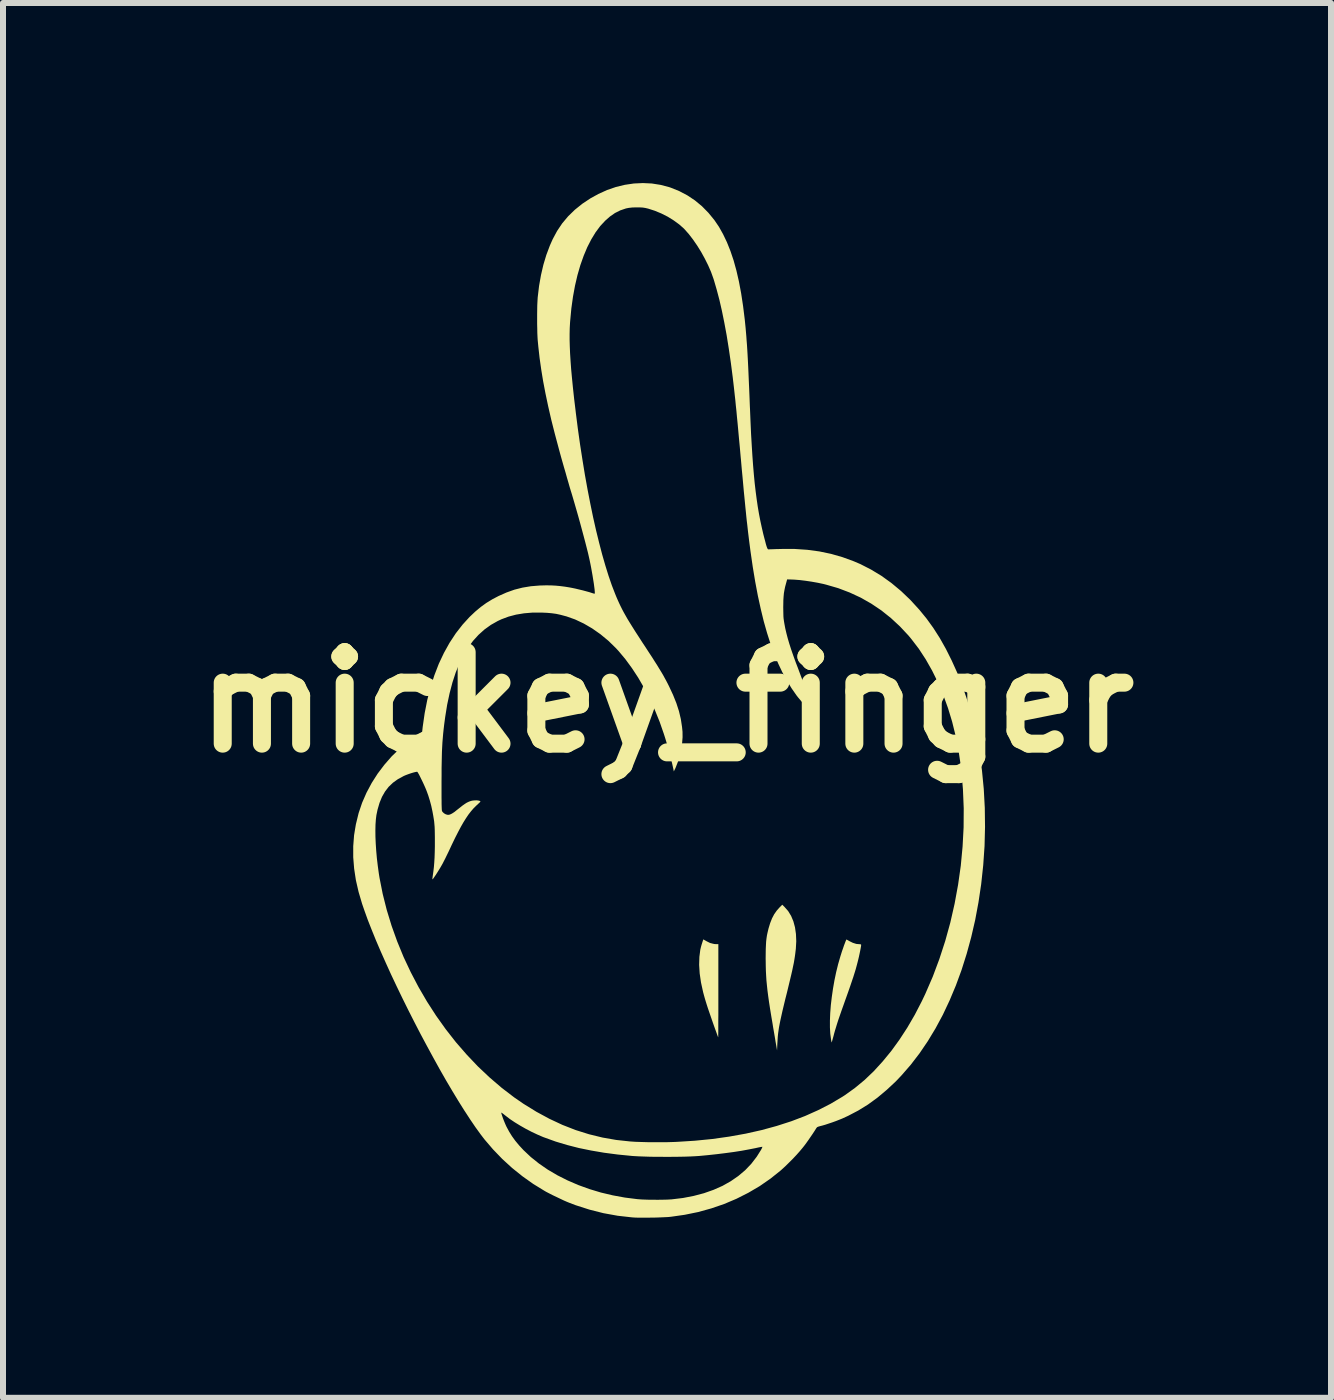
<source format=kicad_pcb>
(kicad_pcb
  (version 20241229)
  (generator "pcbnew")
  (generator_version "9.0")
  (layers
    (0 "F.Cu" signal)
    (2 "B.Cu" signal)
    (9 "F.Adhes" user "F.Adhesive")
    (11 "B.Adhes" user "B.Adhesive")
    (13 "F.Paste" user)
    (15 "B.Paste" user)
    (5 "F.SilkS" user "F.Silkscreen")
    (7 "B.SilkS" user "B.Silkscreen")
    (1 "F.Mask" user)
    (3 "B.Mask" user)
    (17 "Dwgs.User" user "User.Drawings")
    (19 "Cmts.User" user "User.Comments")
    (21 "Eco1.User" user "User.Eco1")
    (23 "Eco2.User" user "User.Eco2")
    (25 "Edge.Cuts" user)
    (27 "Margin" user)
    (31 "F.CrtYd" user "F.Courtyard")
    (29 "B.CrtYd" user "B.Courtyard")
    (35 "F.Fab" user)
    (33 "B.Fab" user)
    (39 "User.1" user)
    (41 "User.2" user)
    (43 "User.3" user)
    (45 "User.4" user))
  (footprint "mickey_finger"
    (layer "F.Cu")
    (at 8.063 8.65)
    (property "Reference" "mickey_finger" (at 0 0 0) (layer "F.SilkS") (effects (font (size 1.524 1.524) (thickness 0.3))))
    (attr board_only exclude_from_pos_files exclude_from_bom)
    (fp_poly (pts (xy 0.613 3.955) (xy 0.63 3.965) (xy 0.653 3.978) (xy 0.654 3.979) (xy 0.718 4.011) (xy 0.781 4.027) (xy 0.817 4.03) (xy 0.855 4.03) (xy 0.855 4.806) (xy 0.855 4.915) (xy 0.855 5.02) (xy 0.855 5.119) (xy 0.855 5.212) (xy 0.854 5.296) (xy 0.854 5.372) (xy 0.854 5.438) (xy 0.854 5.493) (xy 0.853 5.535) (xy 0.853 5.565) (xy 0.852 5.58) (xy 0.852 5.582) (xy 0.849 5.575) (xy 0.841 5.554) (xy 0.83 5.523) (xy 0.815 5.481) (xy 0.797 5.432) (xy 0.777 5.376) (xy 0.765 5.342) (xy 0.733 5.249) (xy 0.705 5.168) (xy 0.681 5.098) (xy 0.661 5.036) (xy 0.644 4.981) (xy 0.629 4.931) (xy 0.616 4.884) (xy 0.603 4.836) (xy 0.601 4.829) (xy 0.566 4.669) (xy 0.544 4.518) (xy 0.535 4.375) (xy 0.539 4.242) (xy 0.554 4.125) (xy 0.559 4.103) (xy 0.566 4.074) (xy 0.575 4.042) (xy 0.585 4.01) (xy 0.594 3.982) (xy 0.601 3.961) (xy 0.605 3.951) (xy 0.606 3.951)) (stroke (width 0) (type solid)) (fill yes) (layer "F.SilkS"))
    (fp_poly (pts (xy 2.996 3.955) (xy 3.013 3.965) (xy 3.036 3.978) (xy 3.037 3.979) (xy 3.096 4.008) (xy 3.153 4.026) (xy 3.196 4.03) (xy 3.217 4.031) (xy 3.231 4.035) (xy 3.233 4.037) (xy 3.234 4.047) (xy 3.231 4.071) (xy 3.225 4.104) (xy 3.217 4.146) (xy 3.207 4.193) (xy 3.196 4.244) (xy 3.184 4.294) (xy 3.175 4.33) (xy 3.16 4.387) (xy 3.144 4.446) (xy 3.125 4.508) (xy 3.104 4.575) (xy 3.079 4.649) (xy 3.051 4.732) (xy 3.018 4.826) (xy 2.98 4.933) (xy 2.978 4.938) (xy 2.941 5.043) (xy 2.908 5.135) (xy 2.88 5.216) (xy 2.855 5.288) (xy 2.834 5.353) (xy 2.816 5.412) (xy 2.799 5.467) (xy 2.784 5.52) (xy 2.775 5.556) (xy 2.764 5.595) (xy 2.755 5.628) (xy 2.748 5.653) (xy 2.744 5.666) (xy 2.744 5.668) (xy 2.741 5.662) (xy 2.737 5.644) (xy 2.732 5.618) (xy 2.732 5.616) (xy 2.72 5.523) (xy 2.714 5.418) (xy 2.714 5.302) (xy 2.719 5.177) (xy 2.729 5.046) (xy 2.745 4.911) (xy 2.765 4.772) (xy 2.789 4.634) (xy 2.818 4.496) (xy 2.851 4.362) (xy 2.888 4.234) (xy 2.916 4.145) (xy 2.933 4.098) (xy 2.948 4.053) (xy 2.963 4.014) (xy 2.975 3.982) (xy 2.984 3.961) (xy 2.988 3.953)) (stroke (width 0) (type solid)) (fill yes) (layer "F.SilkS"))
    (fp_poly (pts (xy 1.958 3.411) (xy 2.018 3.479) (xy 2.067 3.559) (xy 2.105 3.65) (xy 2.132 3.75) (xy 2.148 3.861) (xy 2.153 3.98) (xy 2.146 4.107) (xy 2.142 4.14) (xy 2.136 4.191) (xy 2.129 4.241) (xy 2.121 4.291) (xy 2.112 4.344) (xy 2.1 4.4) (xy 2.087 4.463) (xy 2.071 4.533) (xy 2.052 4.613) (xy 2.03 4.704) (xy 2.005 4.808) (xy 2 4.829) (xy 1.97 4.947) (xy 1.945 5.051) (xy 1.923 5.143) (xy 1.905 5.224) (xy 1.889 5.296) (xy 1.876 5.361) (xy 1.865 5.419) (xy 1.857 5.473) (xy 1.85 5.524) (xy 1.845 5.573) (xy 1.842 5.622) (xy 1.839 5.673) (xy 1.838 5.683) (xy 1.833 5.8) (xy 1.82 5.721) (xy 1.815 5.694) (xy 1.808 5.654) (xy 1.8 5.603) (xy 1.79 5.544) (xy 1.779 5.48) (xy 1.767 5.412) (xy 1.759 5.36) (xy 1.736 5.225) (xy 1.716 5.102) (xy 1.699 4.992) (xy 1.685 4.892) (xy 1.673 4.799) (xy 1.664 4.713) (xy 1.656 4.632) (xy 1.651 4.552) (xy 1.647 4.474) (xy 1.645 4.394) (xy 1.644 4.311) (xy 1.643 4.276) (xy 1.644 4.186) (xy 1.645 4.11) (xy 1.648 4.045) (xy 1.651 3.988) (xy 1.657 3.936) (xy 1.664 3.888) (xy 1.674 3.84) (xy 1.686 3.79) (xy 1.69 3.772) (xy 1.718 3.68) (xy 1.749 3.601) (xy 1.785 3.532) (xy 1.828 3.471) (xy 1.871 3.422) (xy 1.92 3.373)) (stroke (width 0) (type solid)) (fill yes) (layer "F.SilkS"))
    (fp_poly (pts (xy -0.254 -8.643) (xy -0.108 -8.62) (xy 0.034 -8.583) (xy 0.063 -8.573) (xy 0.204 -8.516) (xy 0.339 -8.445) (xy 0.465 -8.361) (xy 0.582 -8.264) (xy 0.69 -8.154) (xy 0.789 -8.033) (xy 0.865 -7.921) (xy 0.934 -7.798) (xy 0.998 -7.664) (xy 1.056 -7.519) (xy 1.109 -7.362) (xy 1.156 -7.192) (xy 1.198 -7.009) (xy 1.235 -6.812) (xy 1.267 -6.601) (xy 1.295 -6.376) (xy 1.302 -6.306) (xy 1.309 -6.237) (xy 1.315 -6.167) (xy 1.321 -6.098) (xy 1.326 -6.026) (xy 1.332 -5.951) (xy 1.337 -5.872) (xy 1.342 -5.787) (xy 1.347 -5.695) (xy 1.352 -5.595) (xy 1.357 -5.485) (xy 1.362 -5.365) (xy 1.368 -5.234) (xy 1.374 -5.089) (xy 1.38 -4.93) (xy 1.382 -4.893) (xy 1.391 -4.676) (xy 1.4 -4.473) (xy 1.411 -4.285) (xy 1.422 -4.109) (xy 1.434 -3.944) (xy 1.447 -3.79) (xy 1.461 -3.645) (xy 1.477 -3.509) (xy 1.494 -3.379) (xy 1.512 -3.256) (xy 1.532 -3.139) (xy 1.554 -3.025) (xy 1.578 -2.914) (xy 1.603 -2.805) (xy 1.619 -2.743) (xy 1.635 -2.683) (xy 1.647 -2.636) (xy 1.657 -2.602) (xy 1.666 -2.577) (xy 1.673 -2.561) (xy 1.679 -2.552) (xy 1.686 -2.548) (xy 1.694 -2.547) (xy 1.695 -2.547) (xy 1.708 -2.548) (xy 1.735 -2.549) (xy 1.772 -2.55) (xy 1.818 -2.552) (xy 1.87 -2.553) (xy 1.912 -2.554) (xy 2.129 -2.554) (xy 2.337 -2.54) (xy 2.538 -2.513) (xy 2.734 -2.472) (xy 2.925 -2.417) (xy 3.111 -2.349) (xy 3.221 -2.302) (xy 3.399 -2.211) (xy 3.571 -2.107) (xy 3.738 -1.987) (xy 3.899 -1.853) (xy 4.054 -1.705) (xy 4.203 -1.542) (xy 4.324 -1.394) (xy 4.436 -1.239) (xy 4.544 -1.07) (xy 4.646 -0.889) (xy 4.742 -0.697) (xy 4.833 -0.496) (xy 4.915 -0.287) (xy 4.99 -0.071) (xy 5.057 0.15) (xy 5.083 0.245) (xy 5.15 0.534) (xy 5.205 0.832) (xy 5.247 1.136) (xy 5.277 1.446) (xy 5.294 1.76) (xy 5.298 2.077) (xy 5.29 2.395) (xy 5.268 2.714) (xy 5.234 3.03) (xy 5.189 3.332) (xy 5.134 3.627) (xy 5.068 3.913) (xy 4.992 4.191) (xy 4.907 4.46) (xy 4.812 4.719) (xy 4.708 4.967) (xy 4.596 5.205) (xy 4.474 5.432) (xy 4.344 5.647) (xy 4.206 5.85) (xy 4.06 6.04) (xy 3.906 6.217) (xy 3.813 6.315) (xy 3.66 6.458) (xy 3.506 6.587) (xy 3.348 6.702) (xy 3.186 6.802) (xy 3.018 6.89) (xy 2.918 6.936) (xy 2.868 6.956) (xy 2.812 6.978) (xy 2.751 7) (xy 2.691 7.02) (xy 2.634 7.039) (xy 2.585 7.053) (xy 2.546 7.063) (xy 2.519 7.071) (xy 2.501 7.079) (xy 2.489 7.093) (xy 2.483 7.102) (xy 2.46 7.139) (xy 2.43 7.185) (xy 2.395 7.236) (xy 2.358 7.29) (xy 2.321 7.342) (xy 2.286 7.389) (xy 2.259 7.423) (xy 2.213 7.478) (xy 2.158 7.54) (xy 2.097 7.605) (xy 2.033 7.669) (xy 1.971 7.73) (xy 1.913 7.783) (xy 1.893 7.801) (xy 1.723 7.937) (xy 1.544 8.061) (xy 1.355 8.172) (xy 1.157 8.272) (xy 0.952 8.359) (xy 0.739 8.432) (xy 0.519 8.493) (xy 0.294 8.539) (xy 0.07 8.571) (xy 0.023 8.576) (xy -0.037 8.579) (xy -0.106 8.582) (xy -0.182 8.585) (xy -0.26 8.586) (xy -0.338 8.587) (xy -0.412 8.587) (xy -0.48 8.587) (xy -0.538 8.585) (xy -0.582 8.582) (xy -0.822 8.555) (xy -1.059 8.512) (xy -1.292 8.453) (xy -1.523 8.379) (xy -1.623 8.341) (xy -1.665 8.324) (xy -1.718 8.301) (xy -1.777 8.273) (xy -1.84 8.243) (xy -1.903 8.213) (xy -1.962 8.183) (xy -2.014 8.156) (xy -2.045 8.138) (xy -2.229 8.025) (xy -2.408 7.898) (xy -2.581 7.759) (xy -2.745 7.609) (xy -2.899 7.449) (xy -3.042 7.282) (xy -3.104 7.201) (xy -3.191 7.081) (xy -3.282 6.947) (xy -3.354 6.836) (xy -2.761 6.836) (xy -2.761 6.845) (xy -2.755 6.867) (xy -2.745 6.897) (xy -2.733 6.932) (xy -2.718 6.971) (xy -2.702 7.01) (xy -2.686 7.047) (xy -2.677 7.067) (xy -2.632 7.151) (xy -2.583 7.23) (xy -2.528 7.306) (xy -2.464 7.383) (xy -2.392 7.461) (xy -2.269 7.577) (xy -2.134 7.685) (xy -1.986 7.787) (xy -1.826 7.881) (xy -1.657 7.966) (xy -1.479 8.043) (xy -1.294 8.11) (xy -1.102 8.168) (xy -0.904 8.215) (xy -0.702 8.252) (xy -0.497 8.278) (xy -0.459 8.281) (xy -0.416 8.284) (xy -0.362 8.286) (xy -0.298 8.288) (xy -0.23 8.288) (xy -0.16 8.289) (xy -0.092 8.288) (xy -0.029 8.287) (xy 0.026 8.285) (xy 0.069 8.282) (xy 0.075 8.282) (xy 0.266 8.259) (xy 0.446 8.224) (xy 0.616 8.179) (xy 0.775 8.123) (xy 0.924 8.057) (xy 1.061 7.98) (xy 1.187 7.893) (xy 1.302 7.796) (xy 1.404 7.689) (xy 1.494 7.572) (xy 1.567 7.456) (xy 1.579 7.432) (xy 1.587 7.414) (xy 1.589 7.406) (xy 1.581 7.407) (xy 1.56 7.41) (xy 1.529 7.416) (xy 1.492 7.424) (xy 1.48 7.427) (xy 1.368 7.449) (xy 1.244 7.472) (xy 1.109 7.493) (xy 0.967 7.512) (xy 0.82 7.53) (xy 0.672 7.546) (xy 0.534 7.559) (xy 0.47 7.563) (xy 0.393 7.567) (xy 0.305 7.57) (xy 0.209 7.572) (xy 0.108 7.573) (xy 0.003 7.574) (xy -0.101 7.573) (xy -0.204 7.573) (xy -0.303 7.571) (xy -0.394 7.568) (xy -0.476 7.565) (xy -0.546 7.561) (xy -0.578 7.559) (xy -0.82 7.535) (xy -1.049 7.505) (xy -1.265 7.468) (xy -1.47 7.426) (xy -1.665 7.376) (xy -1.852 7.32) (xy -2.03 7.256) (xy -2.063 7.244) (xy -2.156 7.204) (xy -2.254 7.158) (xy -2.352 7.107) (xy -2.447 7.053) (xy -2.537 6.998) (xy -2.619 6.943) (xy -2.688 6.89) (xy -2.701 6.88) (xy -2.726 6.86) (xy -2.746 6.845) (xy -2.758 6.837) (xy -2.761 6.836) (xy -3.354 6.836) (xy -3.378 6.8) (xy -3.477 6.642) (xy -3.578 6.475) (xy -3.682 6.299) (xy -3.787 6.115) (xy -3.892 5.925) (xy -3.998 5.73) (xy -4.104 5.532) (xy -4.208 5.331) (xy -4.31 5.13) (xy -4.41 4.928) (xy -4.507 4.727) (xy -4.6 4.53) (xy -4.688 4.336) (xy -4.772 4.147) (xy -4.85 3.965) (xy -4.921 3.79) (xy -4.986 3.625) (xy -5.042 3.469) (xy -5.08 3.359) (xy -5.139 3.159) (xy -5.184 2.963) (xy -5.213 2.771) (xy -5.228 2.583) (xy -5.228 2.398) (xy -5.214 2.215) (xy -5.201 2.136) (xy -4.859 2.136) (xy -4.858 2.242) (xy -4.853 2.356) (xy -4.845 2.476) (xy -4.834 2.6) (xy -4.819 2.725) (xy -4.802 2.85) (xy -4.79 2.925) (xy -4.737 3.193) (xy -4.67 3.459) (xy -4.589 3.724) (xy -4.495 3.986) (xy -4.389 4.244) (xy -4.27 4.497) (xy -4.14 4.745) (xy -3.999 4.987) (xy -3.848 5.221) (xy -3.687 5.447) (xy -3.517 5.664) (xy -3.337 5.871) (xy -3.15 6.068) (xy -2.955 6.252) (xy -2.753 6.425) (xy -2.545 6.584) (xy -2.391 6.69) (xy -2.177 6.822) (xy -1.961 6.939) (xy -1.743 7.041) (xy -1.523 7.127) (xy -1.3 7.197) (xy -1.075 7.252) (xy -0.847 7.292) (xy -0.616 7.317) (xy -0.526 7.323) (xy -0.432 7.326) (xy -0.326 7.329) (xy -0.214 7.33) (xy -0.101 7.33) (xy 0.009 7.329) (xy 0.111 7.326) (xy 0.162 7.324) (xy 0.463 7.305) (xy 0.755 7.276) (xy 1.038 7.236) (xy 1.311 7.187) (xy 1.574 7.128) (xy 1.827 7.059) (xy 2.069 6.981) (xy 2.3 6.893) (xy 2.519 6.795) (xy 2.726 6.689) (xy 2.921 6.573) (xy 2.966 6.544) (xy 3.13 6.426) (xy 3.29 6.294) (xy 3.444 6.147) (xy 3.592 5.985) (xy 3.735 5.811) (xy 3.872 5.622) (xy 4.003 5.421) (xy 4.128 5.206) (xy 4.245 4.98) (xy 4.303 4.858) (xy 4.427 4.572) (xy 4.537 4.278) (xy 4.635 3.977) (xy 4.72 3.669) (xy 4.791 3.357) (xy 4.849 3.041) (xy 4.894 2.723) (xy 4.924 2.404) (xy 4.941 2.085) (xy 4.943 1.767) (xy 4.93 1.451) (xy 4.904 1.139) (xy 4.893 1.049) (xy 4.856 0.801) (xy 4.808 0.559) (xy 4.75 0.324) (xy 4.681 0.097) (xy 4.602 -0.121) (xy 4.514 -0.33) (xy 4.416 -0.528) (xy 4.31 -0.715) (xy 4.195 -0.891) (xy 4.071 -1.053) (xy 4.024 -1.11) (xy 3.881 -1.263) (xy 3.73 -1.403) (xy 3.571 -1.53) (xy 3.403 -1.643) (xy 3.227 -1.743) (xy 3.044 -1.828) (xy 2.852 -1.901) (xy 2.652 -1.959) (xy 2.605 -1.971) (xy 2.51 -1.991) (xy 2.409 -2.009) (xy 2.308 -2.024) (xy 2.211 -2.036) (xy 2.121 -2.043) (xy 2.071 -2.045) (xy 2.001 -2.047) (xy 1.983 -1.981) (xy 1.967 -1.922) (xy 1.956 -1.868) (xy 1.947 -1.816) (xy 1.942 -1.762) (xy 1.938 -1.702) (xy 1.937 -1.632) (xy 1.936 -1.587) (xy 1.937 -1.524) (xy 1.938 -1.474) (xy 1.939 -1.432) (xy 1.942 -1.394) (xy 1.947 -1.359) (xy 1.953 -1.321) (xy 1.955 -1.31) (xy 1.97 -1.23) (xy 1.989 -1.149) (xy 2.011 -1.065) (xy 2.037 -0.976) (xy 2.068 -0.88) (xy 2.104 -0.776) (xy 2.146 -0.66) (xy 2.177 -0.58) (xy 2.218 -0.47) (xy 2.254 -0.374) (xy 2.284 -0.29) (xy 2.31 -0.218) (xy 2.33 -0.157) (xy 2.335 -0.141) (xy 2.346 -0.106) (xy 2.357 -0.065) (xy 2.369 -0.021) (xy 2.381 0.023) (xy 2.391 0.065) (xy 2.4 0.103) (xy 2.406 0.132) (xy 2.409 0.152) (xy 2.409 0.158) (xy 2.402 0.155) (xy 2.386 0.142) (xy 2.364 0.12) (xy 2.336 0.091) (xy 2.305 0.058) (xy 2.272 0.022) (xy 2.239 -0.015) (xy 2.208 -0.052) (xy 2.18 -0.085) (xy 2.159 -0.112) (xy 2.076 -0.231) (xy 1.997 -0.36) (xy 1.922 -0.498) (xy 1.852 -0.646) (xy 1.786 -0.804) (xy 1.724 -0.974) (xy 1.666 -1.156) (xy 1.611 -1.35) (xy 1.561 -1.556) (xy 1.513 -1.776) (xy 1.469 -2.009) (xy 1.428 -2.257) (xy 1.39 -2.52) (xy 1.366 -2.704) (xy 1.358 -2.771) (xy 1.35 -2.835) (xy 1.343 -2.898) (xy 1.336 -2.962) (xy 1.328 -3.027) (xy 1.321 -3.094) (xy 1.314 -3.166) (xy 1.306 -3.243) (xy 1.298 -3.326) (xy 1.289 -3.418) (xy 1.279 -3.518) (xy 1.269 -3.629) (xy 1.258 -3.751) (xy 1.245 -3.886) (xy 1.232 -4.036) (xy 1.227 -4.086) (xy 1.213 -4.246) (xy 1.199 -4.392) (xy 1.187 -4.524) (xy 1.176 -4.644) (xy 1.165 -4.754) (xy 1.156 -4.854) (xy 1.146 -4.946) (xy 1.138 -5.031) (xy 1.129 -5.11) (xy 1.121 -5.184) (xy 1.113 -5.256) (xy 1.105 -5.325) (xy 1.097 -5.393) (xy 1.097 -5.396) (xy 1.064 -5.651) (xy 1.029 -5.891) (xy 0.993 -6.116) (xy 0.954 -6.326) (xy 0.914 -6.523) (xy 0.872 -6.706) (xy 0.827 -6.876) (xy 0.781 -7.034) (xy 0.771 -7.064) (xy 0.733 -7.17) (xy 0.685 -7.28) (xy 0.629 -7.392) (xy 0.568 -7.503) (xy 0.502 -7.609) (xy 0.433 -7.709) (xy 0.363 -7.8) (xy 0.294 -7.878) (xy 0.282 -7.891) (xy 0.203 -7.961) (xy 0.111 -8.028) (xy 0.011 -8.09) (xy -0.096 -8.144) (xy -0.205 -8.189) (xy -0.314 -8.224) (xy -0.36 -8.235) (xy -0.404 -8.242) (xy -0.459 -8.245) (xy -0.519 -8.245) (xy -0.579 -8.243) (xy -0.635 -8.237) (xy -0.681 -8.228) (xy -0.685 -8.227) (xy -0.779 -8.195) (xy -0.867 -8.151) (xy -0.952 -8.092) (xy -1.028 -8.025) (xy -1.112 -7.935) (xy -1.19 -7.83) (xy -1.262 -7.712) (xy -1.329 -7.581) (xy -1.389 -7.438) (xy -1.444 -7.283) (xy -1.492 -7.117) (xy -1.533 -6.941) (xy -1.567 -6.756) (xy -1.594 -6.562) (xy -1.613 -6.36) (xy -1.616 -6.323) (xy -1.621 -6.233) (xy -1.623 -6.138) (xy -1.623 -6.036) (xy -1.62 -5.927) (xy -1.615 -5.809) (xy -1.607 -5.682) (xy -1.597 -5.544) (xy -1.583 -5.395) (xy -1.567 -5.234) (xy -1.548 -5.059) (xy -1.525 -4.87) (xy -1.52 -4.826) (xy -1.486 -4.559) (xy -1.449 -4.296) (xy -1.409 -4.039) (xy -1.368 -3.788) (xy -1.324 -3.544) (xy -1.278 -3.308) (xy -1.231 -3.08) (xy -1.182 -2.863) (xy -1.131 -2.656) (xy -1.08 -2.46) (xy -1.027 -2.276) (xy -0.974 -2.106) (xy -0.92 -1.949) (xy -0.865 -1.807) (xy -0.843 -1.753) (xy -0.819 -1.698) (xy -0.796 -1.647) (xy -0.772 -1.597) (xy -0.747 -1.547) (xy -0.72 -1.496) (xy -0.69 -1.443) (xy -0.657 -1.385) (xy -0.619 -1.323) (xy -0.576 -1.254) (xy -0.527 -1.176) (xy -0.471 -1.09) (xy -0.408 -0.992) (xy -0.364 -0.926) (xy -0.303 -0.832) (xy -0.249 -0.75) (xy -0.203 -0.677) (xy -0.162 -0.613) (xy -0.127 -0.555) (xy -0.095 -0.503) (xy -0.066 -0.454) (xy -0.04 -0.406) (xy -0.014 -0.359) (xy 0.011 -0.311) (xy 0.034 -0.265) (xy 0.101 -0.121) (xy 0.156 0.016) (xy 0.199 0.149) (xy 0.23 0.28) (xy 0.25 0.411) (xy 0.258 0.491) (xy 0.259 0.583) (xy 0.251 0.683) (xy 0.235 0.787) (xy 0.212 0.891) (xy 0.182 0.99) (xy 0.147 1.08) (xy 0.14 1.097) (xy 0.113 1.152) (xy 0.104 1.105) (xy 0.084 1.016) (xy 0.059 0.916) (xy 0.031 0.81) (xy 0.001 0.702) (xy -0.031 0.596) (xy -0.053 0.527) (xy -0.123 0.326) (xy -0.202 0.131) (xy -0.288 -0.057) (xy -0.381 -0.238) (xy -0.48 -0.409) (xy -0.585 -0.569) (xy -0.694 -0.718) (xy -0.806 -0.852) (xy -0.852 -0.902) (xy -0.978 -1.025) (xy -1.11 -1.134) (xy -1.247 -1.23) (xy -1.388 -1.312) (xy -1.532 -1.38) (xy -1.679 -1.432) (xy -1.696 -1.436) (xy -1.774 -1.457) (xy -1.847 -1.473) (xy -1.92 -1.483) (xy -1.998 -1.49) (xy -2.087 -1.494) (xy -2.087 -1.494) (xy -2.24 -1.494) (xy -2.382 -1.482) (xy -2.515 -1.46) (xy -2.64 -1.427) (xy -2.758 -1.383) (xy -2.82 -1.354) (xy -2.935 -1.289) (xy -3.042 -1.212) (xy -3.141 -1.123) (xy -3.232 -1.023) (xy -3.315 -0.91) (xy -3.391 -0.784) (xy -3.46 -0.646) (xy -3.521 -0.495) (xy -3.575 -0.33) (xy -3.622 -0.152) (xy -3.663 0.04) (xy -3.696 0.246) (xy -3.713 0.372) (xy -3.722 0.45) (xy -3.73 0.525) (xy -3.736 0.597) (xy -3.742 0.668) (xy -3.746 0.742) (xy -3.75 0.82) (xy -3.752 0.903) (xy -3.754 0.995) (xy -3.756 1.096) (xy -3.756 1.209) (xy -3.757 1.336) (xy -3.757 1.433) (xy -3.757 1.517) (xy -3.757 1.587) (xy -3.756 1.644) (xy -3.756 1.691) (xy -3.755 1.729) (xy -3.754 1.758) (xy -3.753 1.78) (xy -3.752 1.796) (xy -3.75 1.807) (xy -3.747 1.815) (xy -3.744 1.821) (xy -3.741 1.825) (xy -3.741 1.826) (xy -3.716 1.85) (xy -3.684 1.868) (xy -3.651 1.876) (xy -3.646 1.876) (xy -3.618 1.871) (xy -3.584 1.855) (xy -3.542 1.828) (xy -3.505 1.798) (xy -3.45 1.755) (xy -3.406 1.72) (xy -3.369 1.694) (xy -3.338 1.674) (xy -3.309 1.66) (xy -3.282 1.649) (xy -3.254 1.641) (xy -3.244 1.639) (xy -3.209 1.635) (xy -3.172 1.634) (xy -3.139 1.638) (xy -3.115 1.645) (xy -3.112 1.647) (xy -3.109 1.653) (xy -3.117 1.665) (xy -3.136 1.683) (xy -3.182 1.726) (xy -3.226 1.77) (xy -3.268 1.819) (xy -3.309 1.872) (xy -3.35 1.933) (xy -3.392 2) (xy -3.436 2.077) (xy -3.482 2.164) (xy -3.532 2.262) (xy -3.586 2.374) (xy -3.618 2.443) (xy -3.643 2.496) (xy -3.67 2.551) (xy -3.695 2.603) (xy -3.719 2.649) (xy -3.737 2.685) (xy -3.739 2.688) (xy -3.758 2.722) (xy -3.78 2.76) (xy -3.804 2.799) (xy -3.829 2.839) (xy -3.852 2.875) (xy -3.874 2.907) (xy -3.891 2.932) (xy -3.903 2.947) (xy -3.908 2.951) (xy -3.909 2.942) (xy -3.907 2.922) (xy -3.904 2.897) (xy -3.893 2.82) (xy -3.884 2.745) (xy -3.878 2.669) (xy -3.873 2.588) (xy -3.87 2.499) (xy -3.868 2.4) (xy -3.868 2.332) (xy -3.868 2.251) (xy -3.869 2.182) (xy -3.87 2.124) (xy -3.872 2.074) (xy -3.876 2.028) (xy -3.88 1.984) (xy -3.887 1.939) (xy -3.895 1.89) (xy -3.905 1.835) (xy -3.908 1.819) (xy -3.928 1.726) (xy -3.951 1.64) (xy -3.978 1.553) (xy -4 1.492) (xy -4.013 1.458) (xy -4.03 1.418) (xy -4.05 1.373) (xy -4.071 1.328) (xy -4.093 1.283) (xy -4.113 1.242) (xy -4.131 1.206) (xy -4.147 1.179) (xy -4.157 1.163) (xy -4.161 1.159) (xy -4.175 1.159) (xy -4.2 1.164) (xy -4.234 1.173) (xy -4.273 1.185) (xy -4.313 1.199) (xy -4.353 1.214) (xy -4.388 1.229) (xy -4.391 1.231) (xy -4.485 1.282) (xy -4.567 1.341) (xy -4.638 1.409) (xy -4.698 1.487) (xy -4.749 1.576) (xy -4.79 1.676) (xy -4.823 1.789) (xy -4.842 1.88) (xy -4.851 1.953) (xy -4.857 2.038) (xy -4.859 2.136) (xy -5.201 2.136) (xy -5.184 2.034) (xy -5.14 1.854) (xy -5.138 1.846) (xy -5.08 1.674) (xy -5.007 1.507) (xy -4.92 1.344) (xy -4.821 1.189) (xy -4.709 1.041) (xy -4.587 0.901) (xy -4.453 0.772) (xy -4.311 0.654) (xy -4.159 0.548) (xy -4.14 0.535) (xy -4.08 0.498) (xy -4.071 0.413) (xy -4.038 0.183) (xy -3.995 -0.037) (xy -3.941 -0.249) (xy -3.876 -0.45) (xy -3.802 -0.642) (xy -3.717 -0.822) (xy -3.623 -0.991) (xy -3.519 -1.149) (xy -3.406 -1.294) (xy -3.29 -1.421) (xy -3.196 -1.51) (xy -3.104 -1.587) (xy -3.01 -1.655) (xy -2.91 -1.716) (xy -2.807 -1.77) (xy -2.674 -1.829) (xy -2.542 -1.876) (xy -2.408 -1.91) (xy -2.269 -1.933) (xy -2.123 -1.945) (xy -2.015 -1.948) (xy -1.932 -1.947) (xy -1.856 -1.943) (xy -1.782 -1.936) (xy -1.703 -1.926) (xy -1.635 -1.915) (xy -1.586 -1.906) (xy -1.528 -1.894) (xy -1.466 -1.879) (xy -1.403 -1.864) (xy -1.344 -1.848) (xy -1.293 -1.834) (xy -1.256 -1.822) (xy -1.231 -1.814) (xy -1.212 -1.809) (xy -1.205 -1.809) (xy -1.203 -1.82) (xy -1.204 -1.845) (xy -1.207 -1.881) (xy -1.213 -1.927) (xy -1.22 -1.981) (xy -1.23 -2.042) (xy -1.24 -2.106) (xy -1.252 -2.173) (xy -1.264 -2.241) (xy -1.277 -2.307) (xy -1.29 -2.37) (xy -1.3 -2.415) (xy -1.316 -2.485) (xy -1.337 -2.568) (xy -1.361 -2.662) (xy -1.388 -2.764) (xy -1.417 -2.872) (xy -1.447 -2.983) (xy -1.478 -3.095) (xy -1.51 -3.207) (xy -1.541 -3.314) (xy -1.571 -3.417) (xy -1.591 -3.484) (xy -1.606 -3.532) (xy -1.624 -3.592) (xy -1.644 -3.663) (xy -1.667 -3.741) (xy -1.69 -3.824) (xy -1.715 -3.909) (xy -1.739 -3.993) (xy -1.762 -4.074) (xy -1.783 -4.15) (xy -1.801 -4.217) (xy -1.804 -4.228) (xy -1.87 -4.475) (xy -1.929 -4.708) (xy -1.98 -4.931) (xy -2.025 -5.144) (xy -2.064 -5.348) (xy -2.096 -5.544) (xy -2.123 -5.735) (xy -2.144 -5.922) (xy -2.155 -6.037) (xy -2.158 -6.089) (xy -2.161 -6.152) (xy -2.162 -6.223) (xy -2.164 -6.301) (xy -2.164 -6.381) (xy -2.164 -6.461) (xy -2.163 -6.539) (xy -2.162 -6.61) (xy -2.159 -6.673) (xy -2.156 -6.724) (xy -2.155 -6.742) (xy -2.132 -6.936) (xy -2.1 -7.117) (xy -2.06 -7.289) (xy -2.011 -7.452) (xy -1.952 -7.609) (xy -1.905 -7.715) (xy -1.832 -7.851) (xy -1.747 -7.978) (xy -1.648 -8.096) (xy -1.536 -8.205) (xy -1.412 -8.305) (xy -1.275 -8.396) (xy -1.144 -8.468) (xy -0.999 -8.534) (xy -0.851 -8.585) (xy -0.702 -8.621) (xy -0.552 -8.643) (xy -0.402 -8.65)) (stroke (width 0) (type solid)) (fill yes) (layer "F.SilkS")))
  (gr_rect
    (start -3 -3)
    (end 19.125 20.238)
    (stroke (width 0.1) (type default))
    (fill no)
    (layer "Edge.Cuts")))
</source>
